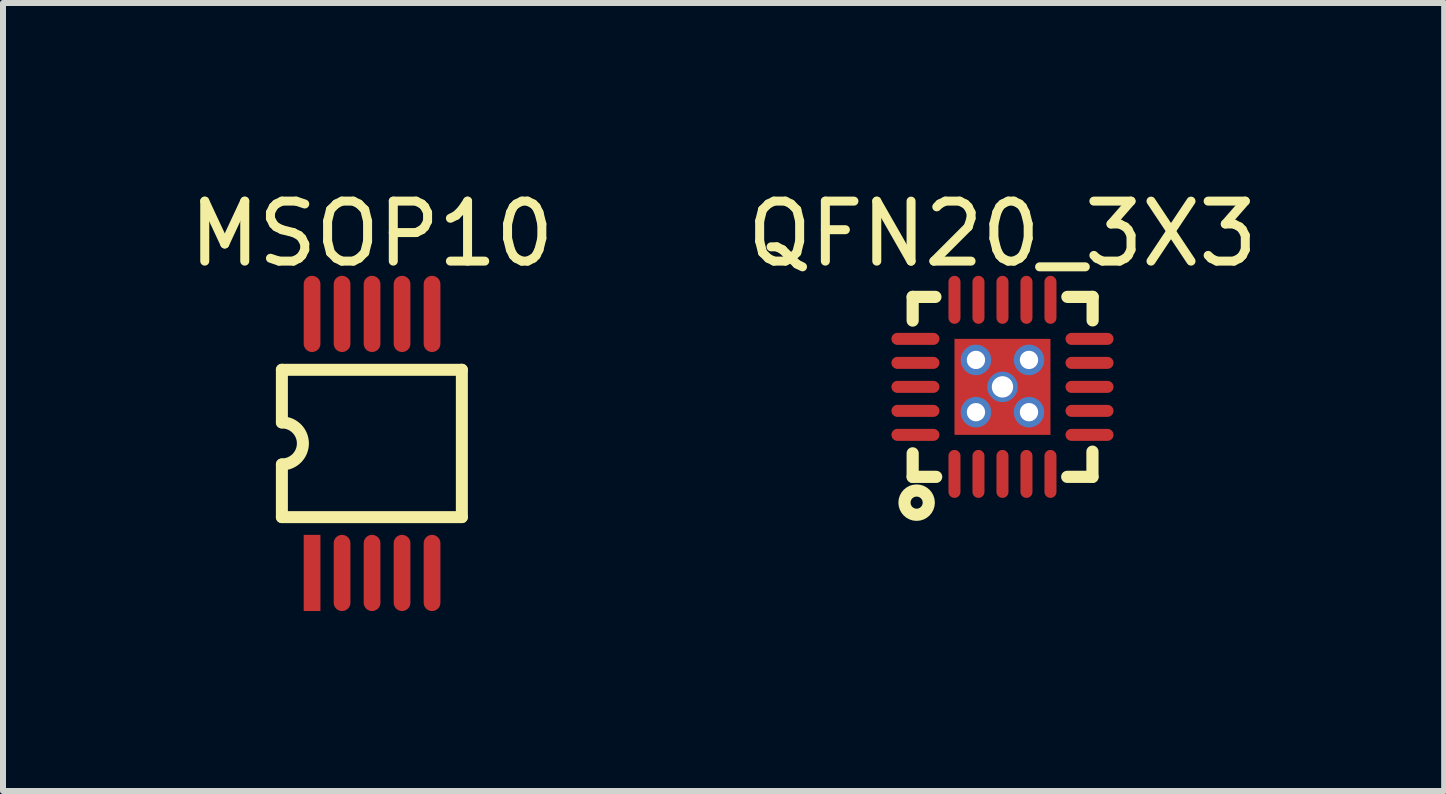
<source format=kicad_pcb>
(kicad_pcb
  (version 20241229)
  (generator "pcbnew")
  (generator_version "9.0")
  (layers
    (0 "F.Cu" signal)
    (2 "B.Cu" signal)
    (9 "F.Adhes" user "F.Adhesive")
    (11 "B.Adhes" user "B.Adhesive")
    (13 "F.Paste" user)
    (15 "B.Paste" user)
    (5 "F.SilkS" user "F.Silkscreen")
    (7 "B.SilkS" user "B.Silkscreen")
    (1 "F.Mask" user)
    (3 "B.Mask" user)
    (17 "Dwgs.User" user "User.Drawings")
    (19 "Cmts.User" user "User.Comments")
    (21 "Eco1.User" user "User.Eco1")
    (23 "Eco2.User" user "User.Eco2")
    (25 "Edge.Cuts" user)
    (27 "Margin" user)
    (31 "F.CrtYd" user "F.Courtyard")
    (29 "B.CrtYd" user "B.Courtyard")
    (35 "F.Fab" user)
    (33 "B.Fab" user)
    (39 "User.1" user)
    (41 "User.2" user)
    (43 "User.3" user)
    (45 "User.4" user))
  (footprint "QFN20_3X3"
    (layer "F.Cu")
    (at 13.661 3.399)
    (property "Reference" "QFN20_3X3" (at 0 -2.551 0) (layer "F.SilkS") (effects (font (size 1 1) (thickness 0.15))))
    (fp_line (start -1.497 -1.5) (end -1.118 -1.5) (stroke (width 0.203) (type solid)) (layer "F.SilkS"))
    (fp_line (start -1.497 -1.105) (end -1.497 -1.5) (stroke (width 0.203) (type solid)) (layer "F.SilkS"))
    (fp_line (start -1.497 1.5) (end -1.497 1.108) (stroke (width 0.203) (type solid)) (layer "F.SilkS"))
    (fp_line (start -1.497 1.5) (end -1.105 1.5) (stroke (width 0.203) (type solid)) (layer "F.SilkS"))
    (fp_line (start 1.079 1.5) (end 1.5 1.5) (stroke (width 0.203) (type solid)) (layer "F.SilkS"))
    (fp_line (start 1.082 -1.5) (end 1.503 -1.5) (stroke (width 0.203) (type solid)) (layer "F.SilkS"))
    (fp_line (start 1.5 1.5) (end 1.5 1.08) (stroke (width 0.203) (type solid)) (layer "F.SilkS"))
    (fp_line (start 1.503 -1.108) (end 1.503 -1.5) (stroke (width 0.203) (type solid)) (layer "F.SilkS"))
    (fp_circle (center -1.431 1.93) (end -1.431 1.829) (stroke (width 0.203) (type solid)) (fill no) (layer "F.SilkS"))
    (pad "0" thru_hole circle (at -0.442 -0.449) (size 0.508 0.508) (drill 0.305) (layers "*.Cu"))
    (pad "0" thru_hole circle (at -0.442 0.422) (size 0.508 0.508) (drill 0.305) (layers "*.Cu"))
    (pad "0" thru_hole circle (at 0 0) (size 0.508 0.508) (drill 0.356) (layers "*.Cu" "*.Mask"))
    (pad "0" smd rect (at 0 0 270) (size 1.6 1.6) (layers "F.Cu" "F.Mask" "F.Paste"))
    (pad "0" thru_hole circle (at 0.442 -0.449) (size 0.508 0.508) (drill 0.305) (layers "*.Cu"))
    (pad "0" thru_hole circle (at 0.442 0.422) (size 0.508 0.508) (drill 0.305) (layers "*.Cu"))
    (pad "1" smd oval (at -0.8 1.451) (size 0.2 0.8) (layers "F.Cu" "F.Mask" "F.Paste"))
    (pad "2" smd oval (at -0.4 1.451) (size 0.2 0.8) (layers "F.Cu" "F.Mask" "F.Paste"))
    (pad "3" smd oval (at 0 1.451) (size 0.2 0.8) (layers "F.Cu" "F.Mask" "F.Paste"))
    (pad "4" smd oval (at 0.4 1.451) (size 0.2 0.8) (layers "F.Cu" "F.Mask" "F.Paste"))
    (pad "5" smd oval (at 0.8 1.451) (size 0.2 0.8) (layers "F.Cu" "F.Mask" "F.Paste"))
    (pad "6" smd oval (at 1.451 0.8 90) (size 0.2 0.8) (layers "F.Cu" "F.Mask" "F.Paste"))
    (pad "7" smd oval (at 1.451 0.4 90) (size 0.2 0.8) (layers "F.Cu" "F.Mask" "F.Paste"))
    (pad "8" smd oval (at 1.451 0 90) (size 0.2 0.8) (layers "F.Cu" "F.Mask" "F.Paste"))
    (pad "9" smd oval (at 1.451 -0.4 90) (size 0.2 0.8) (layers "F.Cu" "F.Mask" "F.Paste"))
    (pad "10" smd oval (at 1.451 -0.8 90) (size 0.2 0.8) (layers "F.Cu" "F.Mask" "F.Paste"))
    (pad "11" smd oval (at 0.8 -1.451 180) (size 0.2 0.8) (layers "F.Cu" "F.Mask" "F.Paste"))
    (pad "12" smd oval (at 0.4 -1.451 180) (size 0.2 0.8) (layers "F.Cu" "F.Mask" "F.Paste"))
    (pad "13" smd oval (at 0.0002 -1.451 180) (size 0.2 0.8) (layers "F.Cu" "F.Mask" "F.Paste"))
    (pad "14" smd oval (at -0.4 -1.451 180) (size 0.2 0.8) (layers "F.Cu" "F.Mask" "F.Paste"))
    (pad "15" smd oval (at -0.8 -1.451 180) (size 0.2 0.8) (layers "F.Cu" "F.Mask" "F.Paste"))
    (pad "16" smd oval (at -1.451 -0.8 270) (size 0.2 0.8) (layers "F.Cu" "F.Mask" "F.Paste"))
    (pad "17" smd oval (at -1.451 -0.4 270) (size 0.2 0.8) (layers "F.Cu" "F.Mask" "F.Paste"))
    (pad "18" smd oval (at -1.451 0 270) (size 0.2 0.8) (layers "F.Cu" "F.Mask" "F.Paste"))
    (pad "19" smd oval (at -1.451 0.4 270) (size 0.2 0.8) (layers "F.Cu" "F.Mask" "F.Paste"))
    (pad "20" smd oval (at -1.451 0.8 270) (size 0.2 0.8) (layers "F.Cu" "F.Mask" "F.Paste")))
  (footprint "MSOP10"
    (layer "F.Cu")
    (at 2.152 6.501)
    (property "Reference" "MSOP10" (at 0.997 -5.653 0) (layer "F.SilkS") (effects (font (size 1 1) (thickness 0.15))))
    (fp_line (start -0.503 -3.387) (end 2.497 -3.387) (stroke (width 0.2) (type solid)) (layer "F.SilkS"))
    (fp_line (start -0.503 -2.509) (end -0.503 -3.387) (stroke (width 0.2) (type solid)) (layer "F.SilkS"))
    (fp_line (start -0.503 -0.931) (end -0.503 -1.809) (stroke (width 0.2) (type solid)) (layer "F.SilkS"))
    (fp_line (start -0.503 -0.931) (end 2.497 -0.931) (stroke (width 0.2) (type solid)) (layer "F.SilkS"))
    (fp_line (start 2.497 -0.931) (end 2.497 -3.387) (stroke (width 0.2) (type solid)) (layer "F.SilkS"))
    (fp_arc (start -0.50279 -2.50901) (mid -0.15278 -2.159) (end -0.50279 -1.80899) (stroke (width 0.2) (type solid)) (layer "F.SilkS"))
    (pad "1" smd rect (at 0 0 90) (size 1.27 0.279) (layers "F.Cu" "F.Mask" "F.Paste"))
    (pad "2" smd oval (at 0.5 0 90) (size 1.27 0.279) (layers "F.Cu" "F.Mask" "F.Paste"))
    (pad "3" smd oval (at 1 0 90) (size 1.27 0.279) (layers "F.Cu" "F.Mask" "F.Paste"))
    (pad "4" smd oval (at 1.5 0 90) (size 1.27 0.279) (layers "F.Cu" "F.Mask" "F.Paste"))
    (pad "5" smd oval (at 2 0 90) (size 1.27 0.279) (layers "F.Cu" "F.Mask" "F.Paste"))
    (pad "6" smd oval (at 2 -4.318 90) (size 1.27 0.279) (layers "F.Cu" "F.Mask" "F.Paste"))
    (pad "7" smd oval (at 1.5 -4.318 90) (size 1.27 0.279) (layers "F.Cu" "F.Mask" "F.Paste"))
    (pad "8" smd oval (at 1 -4.318 90) (size 1.27 0.279) (layers "F.Cu" "F.Mask" "F.Paste"))
    (pad "9" smd oval (at 0.5 -4.318 90) (size 1.27 0.279) (layers "F.Cu" "F.Mask" "F.Paste"))
    (pad "10" smd oval (at 0 -4.318 90) (size 1.27 0.279) (layers "F.Cu" "F.Mask" "F.Paste")))
  (gr_rect
    (start -3 -3)
    (end 21.024 10.136)
    (stroke (width 0.1) (type default))
    (fill no)
    (layer "Edge.Cuts")))
</source>
